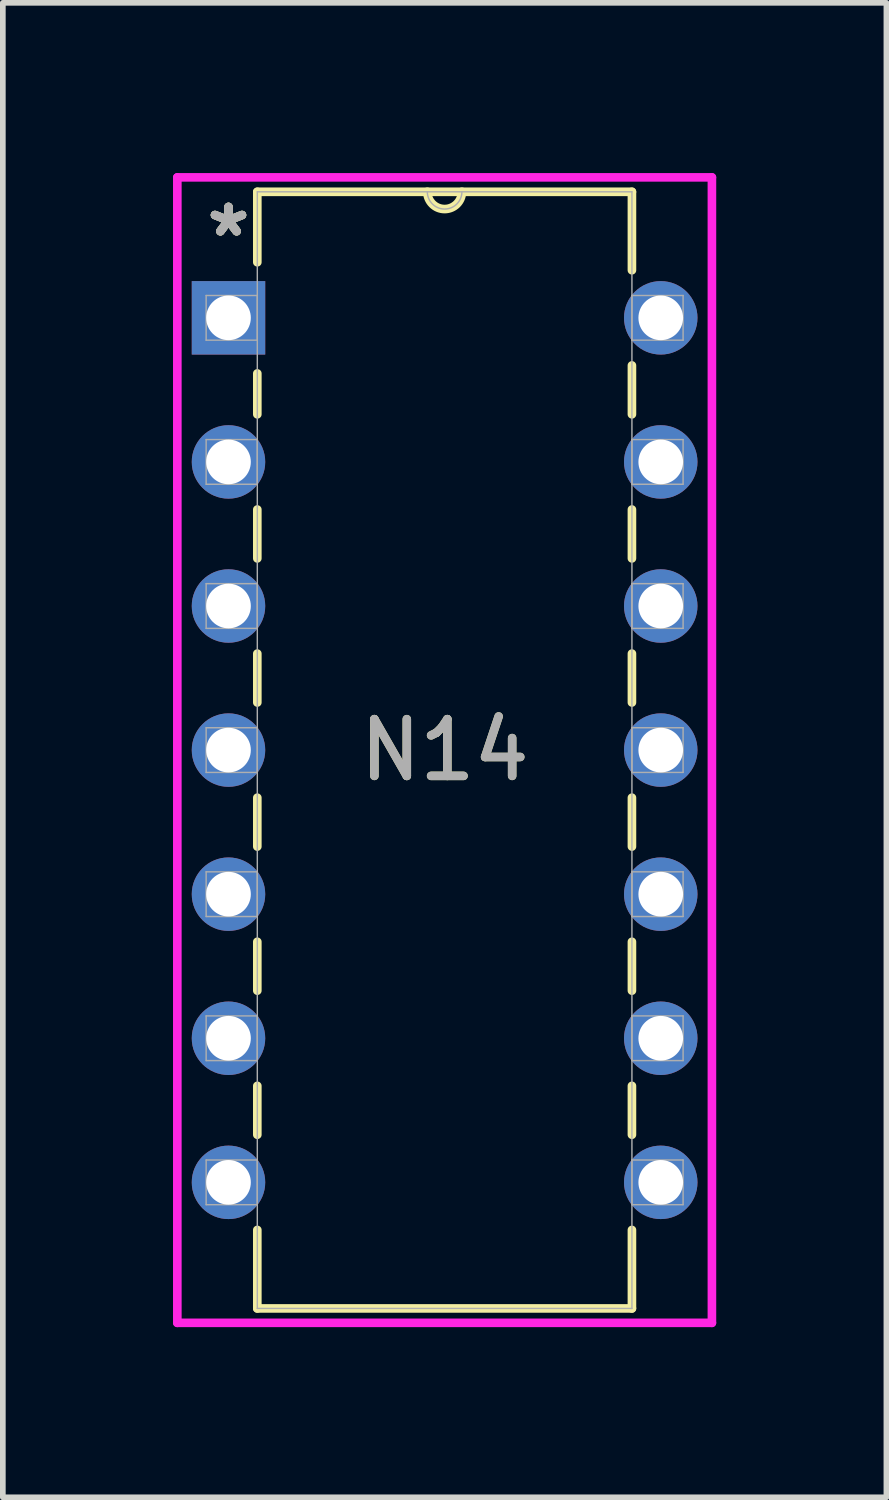
<source format=kicad_pcb>
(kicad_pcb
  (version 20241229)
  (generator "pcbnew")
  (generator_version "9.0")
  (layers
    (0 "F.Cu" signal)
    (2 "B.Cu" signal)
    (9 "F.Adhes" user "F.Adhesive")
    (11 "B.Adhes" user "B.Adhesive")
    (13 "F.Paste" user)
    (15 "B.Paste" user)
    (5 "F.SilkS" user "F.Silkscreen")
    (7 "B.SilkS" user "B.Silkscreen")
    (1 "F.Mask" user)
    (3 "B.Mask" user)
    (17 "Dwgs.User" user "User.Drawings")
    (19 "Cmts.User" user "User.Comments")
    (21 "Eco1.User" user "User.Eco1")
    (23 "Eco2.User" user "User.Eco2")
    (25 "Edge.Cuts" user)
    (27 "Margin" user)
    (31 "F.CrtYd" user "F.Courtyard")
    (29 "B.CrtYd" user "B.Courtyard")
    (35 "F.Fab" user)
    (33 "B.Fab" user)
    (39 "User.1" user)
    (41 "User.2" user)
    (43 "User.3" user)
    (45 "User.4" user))
  (footprint "N14"
    (layer "F.Cu")
    (at 8.598 17.793)
    (property "Reference" "N14" (at -3.81 -7.62 0) (unlocked yes) (layer "F.SilkS") (effects (font (size 1 1) (thickness 0.15))))
    (attr through_hole)
    (fp_line (start -7.112 -17.462) (end -7.112 -16.22) (stroke (width 0.152) (type solid)) (layer "F.SilkS"))
    (fp_line (start -7.112 -14.26) (end -7.112 -13.539) (stroke (width 0.152) (type solid)) (layer "F.SilkS"))
    (fp_line (start -7.112 -11.861) (end -7.112 -10.999) (stroke (width 0.152) (type solid)) (layer "F.SilkS"))
    (fp_line (start -7.112 -9.321) (end -7.112 -8.459) (stroke (width 0.152) (type solid)) (layer "F.SilkS"))
    (fp_line (start -7.112 -6.781) (end -7.112 -5.919) (stroke (width 0.152) (type solid)) (layer "F.SilkS"))
    (fp_line (start -7.112 -4.241) (end -7.112 -3.379) (stroke (width 0.152) (type solid)) (layer "F.SilkS"))
    (fp_line (start -7.112 -1.701) (end -7.112 -0.839) (stroke (width 0.152) (type solid)) (layer "F.SilkS"))
    (fp_line (start -7.112 0.839) (end -7.112 2.223) (stroke (width 0.152) (type solid)) (layer "F.SilkS"))
    (fp_line (start -7.112 2.223) (end -0.508 2.223) (stroke (width 0.152) (type solid)) (layer "F.SilkS"))
    (fp_line (start -0.508 -17.462) (end -7.112 -17.462) (stroke (width 0.152) (type solid)) (layer "F.SilkS"))
    (fp_line (start -0.508 -16.079) (end -0.508 -17.462) (stroke (width 0.152) (type solid)) (layer "F.SilkS"))
    (fp_line (start -0.508 -13.539) (end -0.508 -14.401) (stroke (width 0.152) (type solid)) (layer "F.SilkS"))
    (fp_line (start -0.508 -10.999) (end -0.508 -11.861) (stroke (width 0.152) (type solid)) (layer "F.SilkS"))
    (fp_line (start -0.508 -8.459) (end -0.508 -9.321) (stroke (width 0.152) (type solid)) (layer "F.SilkS"))
    (fp_line (start -0.508 -5.919) (end -0.508 -6.781) (stroke (width 0.152) (type solid)) (layer "F.SilkS"))
    (fp_line (start -0.508 -3.379) (end -0.508 -4.241) (stroke (width 0.152) (type solid)) (layer "F.SilkS"))
    (fp_line (start -0.508 -0.839) (end -0.508 -1.701) (stroke (width 0.152) (type solid)) (layer "F.SilkS"))
    (fp_line (start -0.508 2.223) (end -0.508 0.839) (stroke (width 0.152) (type solid)) (layer "F.SilkS"))
    (fp_arc (start -3.5052 -17.4625) (mid -3.81 -17.1577) (end -4.1148 -17.4625) (stroke (width 0.1524) (type solid)) (layer "F.SilkS"))
    (fp_line (start -8.522 -17.716) (end -8.522 2.477) (stroke (width 0.152) (type solid)) (layer "F.CrtYd"))
    (fp_line (start -8.522 2.477) (end 0.902 2.477) (stroke (width 0.152) (type solid)) (layer "F.CrtYd"))
    (fp_line (start 0.902 -17.716) (end -8.522 -17.716) (stroke (width 0.152) (type solid)) (layer "F.CrtYd"))
    (fp_line (start 0.902 2.477) (end 0.902 -17.716) (stroke (width 0.152) (type solid)) (layer "F.CrtYd"))
    (fp_line (start -8.014 -15.634) (end -8.014 -14.846) (stroke (width 0.025) (type solid)) (layer "F.Fab"))
    (fp_line (start -8.014 -14.846) (end -7.112 -14.846) (stroke (width 0.025) (type solid)) (layer "F.Fab"))
    (fp_line (start -8.014 -13.094) (end -8.014 -12.306) (stroke (width 0.025) (type solid)) (layer "F.Fab"))
    (fp_line (start -8.014 -12.306) (end -7.112 -12.306) (stroke (width 0.025) (type solid)) (layer "F.Fab"))
    (fp_line (start -8.014 -10.554) (end -8.014 -9.766) (stroke (width 0.025) (type solid)) (layer "F.Fab"))
    (fp_line (start -8.014 -9.766) (end -7.112 -9.766) (stroke (width 0.025) (type solid)) (layer "F.Fab"))
    (fp_line (start -8.014 -8.014) (end -8.014 -7.226) (stroke (width 0.025) (type solid)) (layer "F.Fab"))
    (fp_line (start -8.014 -7.226) (end -7.112 -7.226) (stroke (width 0.025) (type solid)) (layer "F.Fab"))
    (fp_line (start -8.014 -5.474) (end -8.014 -4.686) (stroke (width 0.025) (type solid)) (layer "F.Fab"))
    (fp_line (start -8.014 -4.686) (end -7.112 -4.686) (stroke (width 0.025) (type solid)) (layer "F.Fab"))
    (fp_line (start -8.014 -2.934) (end -8.014 -2.146) (stroke (width 0.025) (type solid)) (layer "F.Fab"))
    (fp_line (start -8.014 -2.146) (end -7.112 -2.146) (stroke (width 0.025) (type solid)) (layer "F.Fab"))
    (fp_line (start -8.014 -0.394) (end -8.014 0.394) (stroke (width 0.025) (type solid)) (layer "F.Fab"))
    (fp_line (start -8.014 0.394) (end -7.112 0.394) (stroke (width 0.025) (type solid)) (layer "F.Fab"))
    (fp_line (start -7.112 -17.462) (end -7.112 2.223) (stroke (width 0.025) (type solid)) (layer "F.Fab"))
    (fp_line (start -7.112 -15.634) (end -8.014 -15.634) (stroke (width 0.025) (type solid)) (layer "F.Fab"))
    (fp_line (start -7.112 -14.846) (end -7.112 -15.634) (stroke (width 0.025) (type solid)) (layer "F.Fab"))
    (fp_line (start -7.112 -13.094) (end -8.014 -13.094) (stroke (width 0.025) (type solid)) (layer "F.Fab"))
    (fp_line (start -7.112 -12.306) (end -7.112 -13.094) (stroke (width 0.025) (type solid)) (layer "F.Fab"))
    (fp_line (start -7.112 -10.554) (end -8.014 -10.554) (stroke (width 0.025) (type solid)) (layer "F.Fab"))
    (fp_line (start -7.112 -9.766) (end -7.112 -10.554) (stroke (width 0.025) (type solid)) (layer "F.Fab"))
    (fp_line (start -7.112 -8.014) (end -8.014 -8.014) (stroke (width 0.025) (type solid)) (layer "F.Fab"))
    (fp_line (start -7.112 -7.226) (end -7.112 -8.014) (stroke (width 0.025) (type solid)) (layer "F.Fab"))
    (fp_line (start -7.112 -5.474) (end -8.014 -5.474) (stroke (width 0.025) (type solid)) (layer "F.Fab"))
    (fp_line (start -7.112 -4.686) (end -7.112 -5.474) (stroke (width 0.025) (type solid)) (layer "F.Fab"))
    (fp_line (start -7.112 -2.934) (end -8.014 -2.934) (stroke (width 0.025) (type solid)) (layer "F.Fab"))
    (fp_line (start -7.112 -2.146) (end -7.112 -2.934) (stroke (width 0.025) (type solid)) (layer "F.Fab"))
    (fp_line (start -7.112 -0.394) (end -8.014 -0.394) (stroke (width 0.025) (type solid)) (layer "F.Fab"))
    (fp_line (start -7.112 0.394) (end -7.112 -0.394) (stroke (width 0.025) (type solid)) (layer "F.Fab"))
    (fp_line (start -7.112 2.223) (end -0.508 2.223) (stroke (width 0.025) (type solid)) (layer "F.Fab"))
    (fp_line (start -0.508 -17.462) (end -7.112 -17.462) (stroke (width 0.025) (type solid)) (layer "F.Fab"))
    (fp_line (start -0.508 -15.634) (end -0.508 -14.846) (stroke (width 0.025) (type solid)) (layer "F.Fab"))
    (fp_line (start -0.508 -14.846) (end 0.394 -14.846) (stroke (width 0.025) (type solid)) (layer "F.Fab"))
    (fp_line (start -0.508 -13.094) (end -0.508 -12.306) (stroke (width 0.025) (type solid)) (layer "F.Fab"))
    (fp_line (start -0.508 -12.306) (end 0.394 -12.306) (stroke (width 0.025) (type solid)) (layer "F.Fab"))
    (fp_line (start -0.508 -10.554) (end -0.508 -9.766) (stroke (width 0.025) (type solid)) (layer "F.Fab"))
    (fp_line (start -0.508 -9.766) (end 0.394 -9.766) (stroke (width 0.025) (type solid)) (layer "F.Fab"))
    (fp_line (start -0.508 -8.014) (end -0.508 -7.226) (stroke (width 0.025) (type solid)) (layer "F.Fab"))
    (fp_line (start -0.508 -7.226) (end 0.394 -7.226) (stroke (width 0.025) (type solid)) (layer "F.Fab"))
    (fp_line (start -0.508 -5.474) (end -0.508 -4.686) (stroke (width 0.025) (type solid)) (layer "F.Fab"))
    (fp_line (start -0.508 -4.686) (end 0.394 -4.686) (stroke (width 0.025) (type solid)) (layer "F.Fab"))
    (fp_line (start -0.508 -2.934) (end -0.508 -2.146) (stroke (width 0.025) (type solid)) (layer "F.Fab"))
    (fp_line (start -0.508 -2.146) (end 0.394 -2.146) (stroke (width 0.025) (type solid)) (layer "F.Fab"))
    (fp_line (start -0.508 -0.394) (end -0.508 0.394) (stroke (width 0.025) (type solid)) (layer "F.Fab"))
    (fp_line (start -0.508 0.394) (end 0.394 0.394) (stroke (width 0.025) (type solid)) (layer "F.Fab"))
    (fp_line (start -0.508 2.223) (end -0.508 -17.462) (stroke (width 0.025) (type solid)) (layer "F.Fab"))
    (fp_line (start 0.394 -15.634) (end -0.508 -15.634) (stroke (width 0.025) (type solid)) (layer "F.Fab"))
    (fp_line (start 0.394 -14.846) (end 0.394 -15.634) (stroke (width 0.025) (type solid)) (layer "F.Fab"))
    (fp_line (start 0.394 -13.094) (end -0.508 -13.094) (stroke (width 0.025) (type solid)) (layer "F.Fab"))
    (fp_line (start 0.394 -12.306) (end 0.394 -13.094) (stroke (width 0.025) (type solid)) (layer "F.Fab"))
    (fp_line (start 0.394 -10.554) (end -0.508 -10.554) (stroke (width 0.025) (type solid)) (layer "F.Fab"))
    (fp_line (start 0.394 -9.766) (end 0.394 -10.554) (stroke (width 0.025) (type solid)) (layer "F.Fab"))
    (fp_line (start 0.394 -8.014) (end -0.508 -8.014) (stroke (width 0.025) (type solid)) (layer "F.Fab"))
    (fp_line (start 0.394 -7.226) (end 0.394 -8.014) (stroke (width 0.025) (type solid)) (layer "F.Fab"))
    (fp_line (start 0.394 -5.474) (end -0.508 -5.474) (stroke (width 0.025) (type solid)) (layer "F.Fab"))
    (fp_line (start 0.394 -4.686) (end 0.394 -5.474) (stroke (width 0.025) (type solid)) (layer "F.Fab"))
    (fp_line (start 0.394 -2.934) (end -0.508 -2.934) (stroke (width 0.025) (type solid)) (layer "F.Fab"))
    (fp_line (start 0.394 -2.146) (end 0.394 -2.934) (stroke (width 0.025) (type solid)) (layer "F.Fab"))
    (fp_line (start 0.394 -0.394) (end -0.508 -0.394) (stroke (width 0.025) (type solid)) (layer "F.Fab"))
    (fp_line (start 0.394 0.394) (end 0.394 -0.394) (stroke (width 0.025) (type solid)) (layer "F.Fab"))
    (fp_arc (start -3.5052 -17.4625) (mid -3.81 -17.1577) (end -4.1148 -17.4625) (stroke (width 0.0254) (type solid)) (layer "F.Fab"))
    (fp_text user "*" (at -7.62 -16.65 0) (layer "F.SilkS") (effects (font (size 1 1) (thickness 0.15))))
    (fp_text user "*" (at -7.62 -16.65 0) (unlocked yes) (layer "F.SilkS") (effects (font (size 1 1) (thickness 0.15))))
    (fp_text user "${REFERENCE}" (at -3.81 -7.62 0) (unlocked yes) (layer "F.Fab") (effects (font (size 1 1) (thickness 0.15))))
    (fp_text user "*" (at -7.62 -16.65 0) (unlocked yes) (layer "F.Fab") (effects (font (size 1 1) (thickness 0.15))))
    (fp_text user "*" (at -7.62 -16.65 0) (layer "F.Fab") (effects (font (size 1 1) (thickness 0.15))))
    (pad "1" thru_hole rect (at -7.62 -15.24) (size 1.295 1.295) (drill 0.787) (layers "*.Cu" "*.Mask"))
    (pad "2" thru_hole circle (at -7.62 -12.7) (size 1.295 1.295) (drill 0.787) (layers "*.Cu" "*.Mask"))
    (pad "3" thru_hole circle (at -7.62 -10.16) (size 1.295 1.295) (drill 0.787) (layers "*.Cu" "*.Mask"))
    (pad "4" thru_hole circle (at -7.62 -7.62) (size 1.295 1.295) (drill 0.787) (layers "*.Cu" "*.Mask"))
    (pad "5" thru_hole circle (at -7.62 -5.08) (size 1.295 1.295) (drill 0.787) (layers "*.Cu" "*.Mask"))
    (pad "6" thru_hole circle (at -7.62 -2.54) (size 1.295 1.295) (drill 0.787) (layers "*.Cu" "*.Mask"))
    (pad "7" thru_hole circle (at -7.62 0) (size 1.295 1.295) (drill 0.787) (layers "*.Cu" "*.Mask"))
    (pad "8" thru_hole circle (at 0 0) (size 1.295 1.295) (drill 0.787) (layers "*.Cu" "*.Mask"))
    (pad "9" thru_hole circle (at 0 -2.54) (size 1.295 1.295) (drill 0.787) (layers "*.Cu" "*.Mask"))
    (pad "10" thru_hole circle (at 0 -5.08) (size 1.295 1.295) (drill 0.787) (layers "*.Cu" "*.Mask"))
    (pad "11" thru_hole circle (at 0 -7.62) (size 1.295 1.295) (drill 0.787) (layers "*.Cu" "*.Mask"))
    (pad "12" thru_hole circle (at 0 -10.16) (size 1.295 1.295) (drill 0.787) (layers "*.Cu" "*.Mask"))
    (pad "13" thru_hole circle (at 0 -12.7) (size 1.295 1.295) (drill 0.787) (layers "*.Cu" "*.Mask"))
    (pad "14" thru_hole circle (at 0 -15.24) (size 1.295 1.295) (drill 0.787) (layers "*.Cu" "*.Mask")))
  (gr_rect
    (start -3 -3)
    (end 12.576 23.345)
    (stroke (width 0.1) (type default))
    (fill no)
    (layer "Edge.Cuts")))
</source>
